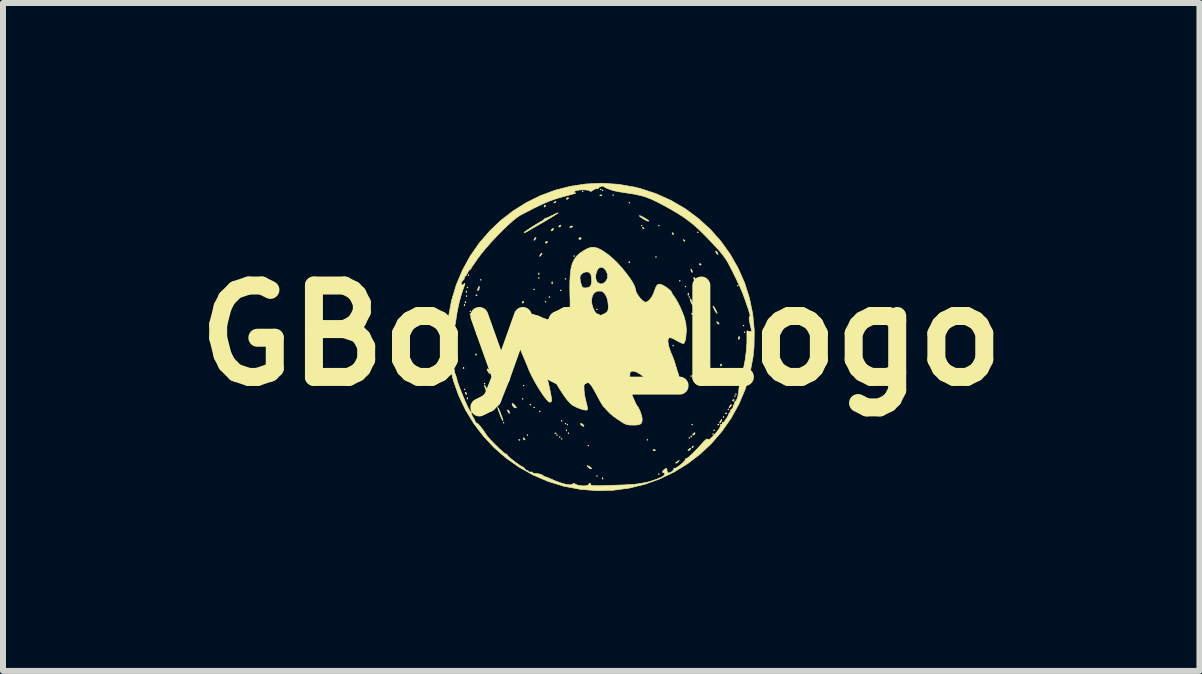
<source format=kicad_pcb>
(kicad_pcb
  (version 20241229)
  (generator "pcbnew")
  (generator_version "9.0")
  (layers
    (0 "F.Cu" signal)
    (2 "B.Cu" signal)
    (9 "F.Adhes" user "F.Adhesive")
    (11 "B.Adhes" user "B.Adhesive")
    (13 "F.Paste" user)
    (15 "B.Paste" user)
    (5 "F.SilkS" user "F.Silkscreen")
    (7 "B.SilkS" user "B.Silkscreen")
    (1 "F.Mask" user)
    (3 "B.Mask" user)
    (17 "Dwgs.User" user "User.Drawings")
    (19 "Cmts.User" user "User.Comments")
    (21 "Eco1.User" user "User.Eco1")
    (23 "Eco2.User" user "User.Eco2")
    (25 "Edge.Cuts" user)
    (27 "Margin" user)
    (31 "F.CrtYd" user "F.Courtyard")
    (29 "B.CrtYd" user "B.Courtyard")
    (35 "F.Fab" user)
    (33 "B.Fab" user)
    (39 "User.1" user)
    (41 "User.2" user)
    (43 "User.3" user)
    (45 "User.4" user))
  (footprint "GBoys_Logo"
    (layer "F.Cu")
    (at 6.974 2.545)
    (property "Reference" "GBoys_Logo" (at 0 0 0) (layer "F.SilkS") (effects (font (size 1.524 1.524) (thickness 0.3))))
    (attr through_hole)
    (fp_poly (pts (xy -2.27 0.897) (xy -2.278 0.905) (xy -2.286 0.897) (xy -2.278 0.889) (xy -2.27 0.897)) (stroke (width 0.01) (type solid)) (fill yes) (layer "F.SilkS"))
    (fp_poly (pts (xy -2.238 -0.659) (xy -2.246 -0.651) (xy -2.254 -0.659) (xy -2.246 -0.667) (xy -2.238 -0.659)) (stroke (width 0.01) (type solid)) (fill yes) (layer "F.SilkS"))
    (fp_poly (pts (xy -2.223 -0.802) (xy -2.23 -0.794) (xy -2.238 -0.802) (xy -2.23 -0.81) (xy -2.223 -0.802)) (stroke (width 0.01) (type solid)) (fill yes) (layer "F.SilkS"))
    (fp_poly (pts (xy -2.207 -1.008) (xy -2.215 -1) (xy -2.223 -1.008) (xy -2.215 -1.016) (xy -2.207 -1.008)) (stroke (width 0.01) (type solid)) (fill yes) (layer "F.SilkS"))
    (fp_poly (pts (xy -2.175 -0.405) (xy -2.183 -0.397) (xy -2.191 -0.405) (xy -2.183 -0.413) (xy -2.175 -0.405)) (stroke (width 0.01) (type solid)) (fill yes) (layer "F.SilkS"))
    (fp_poly (pts (xy -2.175 -0.357) (xy -2.183 -0.349) (xy -2.191 -0.357) (xy -2.183 -0.365) (xy -2.175 -0.357)) (stroke (width 0.01) (type solid)) (fill yes) (layer "F.SilkS"))
    (fp_poly (pts (xy -2.064 -0.024) (xy -2.072 -0.016) (xy -2.08 -0.024) (xy -2.072 -0.032) (xy -2.064 -0.024)) (stroke (width 0.01) (type solid)) (fill yes) (layer "F.SilkS"))
    (fp_poly (pts (xy -2.048 -0.167) (xy -2.056 -0.159) (xy -2.064 -0.167) (xy -2.056 -0.175) (xy -2.048 -0.167)) (stroke (width 0.01) (type solid)) (fill yes) (layer "F.SilkS"))
    (fp_poly (pts (xy -2.048 -0.103) (xy -2.056 -0.095) (xy -2.064 -0.103) (xy -2.056 -0.111) (xy -2.048 -0.103)) (stroke (width 0.01) (type solid)) (fill yes) (layer "F.SilkS"))
    (fp_poly (pts (xy -2 -0.929) (xy -2.008 -0.921) (xy -2.016 -0.929) (xy -2.008 -0.937) (xy -2 -0.929)) (stroke (width 0.01) (type solid)) (fill yes) (layer "F.SilkS"))
    (fp_poly (pts (xy -1.968 0.071) (xy -1.976 0.079) (xy -1.984 0.071) (xy -1.976 0.064) (xy -1.968 0.071)) (stroke (width 0.01) (type solid)) (fill yes) (layer "F.SilkS"))
    (fp_poly (pts (xy -1.937 0.802) (xy -1.945 0.81) (xy -1.953 0.802) (xy -1.945 0.794) (xy -1.937 0.802)) (stroke (width 0.01) (type solid)) (fill yes) (layer "F.SilkS"))
    (fp_poly (pts (xy -1.889 0.23) (xy -1.897 0.238) (xy -1.905 0.23) (xy -1.897 0.222) (xy -1.889 0.23)) (stroke (width 0.01) (type solid)) (fill yes) (layer "F.SilkS"))
    (fp_poly (pts (xy -1.857 1.024) (xy -1.865 1.032) (xy -1.873 1.024) (xy -1.865 1.016) (xy -1.857 1.024)) (stroke (width 0.01) (type solid)) (fill yes) (layer "F.SilkS"))
    (fp_poly (pts (xy -1.841 -0.087) (xy -1.849 -0.079) (xy -1.857 -0.087) (xy -1.849 -0.095) (xy -1.841 -0.087)) (stroke (width 0.01) (type solid)) (fill yes) (layer "F.SilkS"))
    (fp_poly (pts (xy -1.841 1.072) (xy -1.849 1.079) (xy -1.857 1.072) (xy -1.849 1.064) (xy -1.841 1.072)) (stroke (width 0.01) (type solid)) (fill yes) (layer "F.SilkS"))
    (fp_poly (pts (xy -1.826 1.119) (xy -1.834 1.127) (xy -1.841 1.119) (xy -1.834 1.111) (xy -1.826 1.119)) (stroke (width 0.01) (type solid)) (fill yes) (layer "F.SilkS"))
    (fp_poly (pts (xy -1.73 1.167) (xy -1.738 1.175) (xy -1.746 1.167) (xy -1.738 1.159) (xy -1.73 1.167)) (stroke (width 0.01) (type solid)) (fill yes) (layer "F.SilkS"))
    (fp_poly (pts (xy -1.619 1.453) (xy -1.627 1.46) (xy -1.635 1.453) (xy -1.627 1.445) (xy -1.619 1.453)) (stroke (width 0.01) (type solid)) (fill yes) (layer "F.SilkS"))
    (fp_poly (pts (xy -1.587 0.31) (xy -1.595 0.318) (xy -1.603 0.31) (xy -1.595 0.302) (xy -1.587 0.31)) (stroke (width 0.01) (type solid)) (fill yes) (layer "F.SilkS"))
    (fp_poly (pts (xy -1.302 1.056) (xy -1.31 1.064) (xy -1.318 1.056) (xy -1.31 1.048) (xy -1.302 1.056)) (stroke (width 0.01) (type solid)) (fill yes) (layer "F.SilkS"))
    (fp_poly (pts (xy -1.286 0.833) (xy -1.294 0.841) (xy -1.302 0.833) (xy -1.294 0.826) (xy -1.286 0.833)) (stroke (width 0.01) (type solid)) (fill yes) (layer "F.SilkS"))
    (fp_poly (pts (xy -1.222 1.659) (xy -1.23 1.667) (xy -1.238 1.659) (xy -1.23 1.651) (xy -1.222 1.659)) (stroke (width 0.01) (type solid)) (fill yes) (layer "F.SilkS"))
    (fp_poly (pts (xy -1.175 1.151) (xy -1.183 1.159) (xy -1.191 1.151) (xy -1.183 1.143) (xy -1.175 1.151)) (stroke (width 0.01) (type solid)) (fill yes) (layer "F.SilkS"))
    (fp_poly (pts (xy -1.111 -0.77) (xy -1.119 -0.762) (xy -1.127 -0.77) (xy -1.119 -0.778) (xy -1.111 -0.77)) (stroke (width 0.01) (type solid)) (fill yes) (layer "F.SilkS"))
    (fp_poly (pts (xy -1.111 1.199) (xy -1.119 1.206) (xy -1.127 1.199) (xy -1.119 1.191) (xy -1.111 1.199)) (stroke (width 0.01) (type solid)) (fill yes) (layer "F.SilkS"))
    (fp_poly (pts (xy -1.032 -0.96) (xy -1.04 -0.953) (xy -1.048 -0.96) (xy -1.04 -0.968) (xy -1.032 -0.96)) (stroke (width 0.01) (type solid)) (fill yes) (layer "F.SilkS"))
    (fp_poly (pts (xy -1.016 1.262) (xy -1.024 1.27) (xy -1.032 1.262) (xy -1.024 1.254) (xy -1.016 1.262)) (stroke (width 0.01) (type solid)) (fill yes) (layer "F.SilkS"))
    (fp_poly (pts (xy -0.921 -0.564) (xy -0.929 -0.556) (xy -0.937 -0.564) (xy -0.929 -0.572) (xy -0.921 -0.564)) (stroke (width 0.01) (type solid)) (fill yes) (layer "F.SilkS"))
    (fp_poly (pts (xy -0.857 -0.643) (xy -0.865 -0.635) (xy -0.873 -0.643) (xy -0.865 -0.651) (xy -0.857 -0.643)) (stroke (width 0.01) (type solid)) (fill yes) (layer "F.SilkS"))
    (fp_poly (pts (xy -0.73 1.659) (xy -0.738 1.667) (xy -0.746 1.659) (xy -0.738 1.651) (xy -0.73 1.659)) (stroke (width 0.01) (type solid)) (fill yes) (layer "F.SilkS"))
    (fp_poly (pts (xy -0.683 1.691) (xy -0.691 1.699) (xy -0.699 1.691) (xy -0.691 1.683) (xy -0.683 1.691)) (stroke (width 0.01) (type solid)) (fill yes) (layer "F.SilkS"))
    (fp_poly (pts (xy -0.667 -0.754) (xy -0.675 -0.746) (xy -0.683 -0.754) (xy -0.675 -0.762) (xy -0.667 -0.754)) (stroke (width 0.01) (type solid)) (fill yes) (layer "F.SilkS"))
    (fp_poly (pts (xy -0.651 1.421) (xy -0.659 1.429) (xy -0.667 1.421) (xy -0.659 1.413) (xy -0.651 1.421)) (stroke (width 0.01) (type solid)) (fill yes) (layer "F.SilkS"))
    (fp_poly (pts (xy -0.651 1.722) (xy -0.659 1.73) (xy -0.667 1.722) (xy -0.659 1.714) (xy -0.651 1.722)) (stroke (width 0.01) (type solid)) (fill yes) (layer "F.SilkS"))
    (fp_poly (pts (xy -0.587 -0.945) (xy -0.595 -0.937) (xy -0.603 -0.945) (xy -0.595 -0.953) (xy -0.587 -0.945)) (stroke (width 0.01) (type solid)) (fill yes) (layer "F.SilkS"))
    (fp_poly (pts (xy -0.587 1.468) (xy -0.595 1.476) (xy -0.603 1.468) (xy -0.595 1.46) (xy -0.587 1.468)) (stroke (width 0.01) (type solid)) (fill yes) (layer "F.SilkS"))
    (fp_poly (pts (xy -0.572 1.58) (xy -0.579 1.587) (xy -0.587 1.58) (xy -0.579 1.572) (xy -0.572 1.58)) (stroke (width 0.01) (type solid)) (fill yes) (layer "F.SilkS"))
    (fp_poly (pts (xy -0.556 1.484) (xy -0.564 1.492) (xy -0.572 1.484) (xy -0.564 1.476) (xy -0.556 1.484)) (stroke (width 0.01) (type solid)) (fill yes) (layer "F.SilkS"))
    (fp_poly (pts (xy -0.54 1.627) (xy -0.548 1.635) (xy -0.556 1.627) (xy -0.548 1.619) (xy -0.54 1.627)) (stroke (width 0.01) (type solid)) (fill yes) (layer "F.SilkS"))
    (fp_poly (pts (xy -0.445 -1.326) (xy -0.452 -1.318) (xy -0.46 -1.326) (xy -0.452 -1.333) (xy -0.445 -1.326)) (stroke (width 0.01) (type solid)) (fill yes) (layer "F.SilkS"))
    (fp_poly (pts (xy -0.302 -2.405) (xy -0.31 -2.397) (xy -0.318 -2.405) (xy -0.31 -2.413) (xy -0.302 -2.405)) (stroke (width 0.01) (type solid)) (fill yes) (layer "F.SilkS"))
    (fp_poly (pts (xy -0.206 1.834) (xy -0.214 1.841) (xy -0.222 1.834) (xy -0.214 1.826) (xy -0.206 1.834)) (stroke (width 0.01) (type solid)) (fill yes) (layer "F.SilkS"))
    (fp_poly (pts (xy -0.064 -0.437) (xy -0.071 -0.429) (xy -0.079 -0.437) (xy -0.071 -0.445) (xy -0.064 -0.437)) (stroke (width 0.01) (type solid)) (fill yes) (layer "F.SilkS"))
    (fp_poly (pts (xy -0.064 2.342) (xy -0.071 2.349) (xy -0.079 2.342) (xy -0.071 2.334) (xy -0.064 2.342)) (stroke (width 0.01) (type solid)) (fill yes) (layer "F.SilkS"))
    (fp_poly (pts (xy 0 -2.437) (xy -0.008 -2.429) (xy -0.016 -2.437) (xy -0.008 -2.445) (xy 0 -2.437)) (stroke (width 0.01) (type solid)) (fill yes) (layer "F.SilkS"))
    (fp_poly (pts (xy 0.032 -2.421) (xy 0.024 -2.413) (xy 0.016 -2.421) (xy 0.024 -2.429) (xy 0.032 -2.421)) (stroke (width 0.01) (type solid)) (fill yes) (layer "F.SilkS"))
    (fp_poly (pts (xy 0.206 -2.342) (xy 0.198 -2.334) (xy 0.191 -2.342) (xy 0.198 -2.349) (xy 0.206 -2.342)) (stroke (width 0.01) (type solid)) (fill yes) (layer "F.SilkS"))
    (fp_poly (pts (xy 0.476 -2.215) (xy 0.468 -2.207) (xy 0.46 -2.215) (xy 0.468 -2.223) (xy 0.476 -2.215)) (stroke (width 0.01) (type solid)) (fill yes) (layer "F.SilkS"))
    (fp_poly (pts (xy 0.556 0.849) (xy 0.548 0.857) (xy 0.54 0.849) (xy 0.548 0.841) (xy 0.556 0.849)) (stroke (width 0.01) (type solid)) (fill yes) (layer "F.SilkS"))
    (fp_poly (pts (xy 0.683 -1.834) (xy 0.675 -1.826) (xy 0.667 -1.834) (xy 0.675 -1.841) (xy 0.683 -1.834)) (stroke (width 0.01) (type solid)) (fill yes) (layer "F.SilkS"))
    (fp_poly (pts (xy 0.778 1.738) (xy 0.77 1.746) (xy 0.762 1.738) (xy 0.77 1.73) (xy 0.778 1.738)) (stroke (width 0.01) (type solid)) (fill yes) (layer "F.SilkS"))
    (fp_poly (pts (xy 0.921 -1.31) (xy 0.913 -1.302) (xy 0.905 -1.31) (xy 0.913 -1.318) (xy 0.921 -1.31)) (stroke (width 0.01) (type solid)) (fill yes) (layer "F.SilkS"))
    (fp_poly (pts (xy 0.968 -1.834) (xy 0.96 -1.826) (xy 0.953 -1.834) (xy 0.96 -1.841) (xy 0.968 -1.834)) (stroke (width 0.01) (type solid)) (fill yes) (layer "F.SilkS"))
    (fp_poly (pts (xy 0.968 2.31) (xy 0.96 2.318) (xy 0.953 2.31) (xy 0.96 2.302) (xy 0.968 2.31)) (stroke (width 0.01) (type solid)) (fill yes) (layer "F.SilkS"))
    (fp_poly (pts (xy 1.206 0.167) (xy 1.199 0.175) (xy 1.191 0.167) (xy 1.199 0.159) (xy 1.206 0.167)) (stroke (width 0.01) (type solid)) (fill yes) (layer "F.SilkS"))
    (fp_poly (pts (xy 1.318 -0.913) (xy 1.31 -0.905) (xy 1.302 -0.913) (xy 1.31 -0.921) (xy 1.318 -0.913)) (stroke (width 0.01) (type solid)) (fill yes) (layer "F.SilkS"))
    (fp_poly (pts (xy 1.413 -0.818) (xy 1.405 -0.81) (xy 1.397 -0.818) (xy 1.405 -0.826) (xy 1.413 -0.818)) (stroke (width 0.01) (type solid)) (fill yes) (layer "F.SilkS"))
    (fp_poly (pts (xy 1.476 -0.643) (xy 1.468 -0.635) (xy 1.46 -0.643) (xy 1.468 -0.651) (xy 1.476 -0.643)) (stroke (width 0.01) (type solid)) (fill yes) (layer "F.SilkS"))
    (fp_poly (pts (xy 1.476 1.707) (xy 1.468 1.714) (xy 1.46 1.707) (xy 1.468 1.699) (xy 1.476 1.707)) (stroke (width 0.01) (type solid)) (fill yes) (layer "F.SilkS"))
    (fp_poly (pts (xy 1.508 0.675) (xy 1.5 0.683) (xy 1.492 0.675) (xy 1.5 0.667) (xy 1.508 0.675)) (stroke (width 0.01) (type solid)) (fill yes) (layer "F.SilkS"))
    (fp_poly (pts (xy 1.524 1.484) (xy 1.516 1.492) (xy 1.508 1.484) (xy 1.516 1.476) (xy 1.524 1.484)) (stroke (width 0.01) (type solid)) (fill yes) (layer "F.SilkS"))
    (fp_poly (pts (xy 1.603 -0.849) (xy 1.595 -0.841) (xy 1.587 -0.849) (xy 1.595 -0.857) (xy 1.603 -0.849)) (stroke (width 0.01) (type solid)) (fill yes) (layer "F.SilkS"))
    (fp_poly (pts (xy 1.619 -1.722) (xy 1.611 -1.714) (xy 1.603 -1.722) (xy 1.611 -1.73) (xy 1.619 -1.722)) (stroke (width 0.01) (type solid)) (fill yes) (layer "F.SilkS"))
    (fp_poly (pts (xy 1.683 -0.468) (xy 1.675 -0.46) (xy 1.667 -0.468) (xy 1.675 -0.476) (xy 1.683 -0.468)) (stroke (width 0.01) (type solid)) (fill yes) (layer "F.SilkS"))
    (fp_poly (pts (xy 1.778 0.151) (xy 1.77 0.159) (xy 1.762 0.151) (xy 1.77 0.143) (xy 1.778 0.151)) (stroke (width 0.01) (type solid)) (fill yes) (layer "F.SilkS"))
    (fp_poly (pts (xy 1.794 0.103) (xy 1.786 0.111) (xy 1.778 0.103) (xy 1.786 0.095) (xy 1.794 0.103)) (stroke (width 0.01) (type solid)) (fill yes) (layer "F.SilkS"))
    (fp_poly (pts (xy 1.873 1.643) (xy 1.865 1.651) (xy 1.857 1.643) (xy 1.865 1.635) (xy 1.873 1.643)) (stroke (width 0.01) (type solid)) (fill yes) (layer "F.SilkS"))
    (fp_poly (pts (xy 1.889 1.58) (xy 1.881 1.587) (xy 1.873 1.58) (xy 1.881 1.572) (xy 1.889 1.58)) (stroke (width 0.01) (type solid)) (fill yes) (layer "F.SilkS"))
    (fp_poly (pts (xy 2.032 1.453) (xy 2.024 1.46) (xy 2.016 1.453) (xy 2.024 1.445) (xy 2.032 1.453)) (stroke (width 0.01) (type solid)) (fill yes) (layer "F.SilkS"))
    (fp_poly (pts (xy 2.048 1.357) (xy 2.04 1.365) (xy 2.032 1.357) (xy 2.04 1.349) (xy 2.048 1.357)) (stroke (width 0.01) (type solid)) (fill yes) (layer "F.SilkS"))
    (fp_poly (pts (xy 2.127 1.23) (xy 2.119 1.238) (xy 2.111 1.23) (xy 2.119 1.222) (xy 2.127 1.23)) (stroke (width 0.01) (type solid)) (fill yes) (layer "F.SilkS"))
    (fp_poly (pts (xy 2.238 1.008) (xy 2.23 1.016) (xy 2.223 1.008) (xy 2.23 1) (xy 2.238 1.008)) (stroke (width 0.01) (type solid)) (fill yes) (layer "F.SilkS"))
    (fp_poly (pts (xy 2.254 0.976) (xy 2.246 0.984) (xy 2.238 0.976) (xy 2.246 0.968) (xy 2.254 0.976)) (stroke (width 0.01) (type solid)) (fill yes) (layer "F.SilkS"))
    (fp_poly (pts (xy 2.286 -0.833) (xy 2.278 -0.826) (xy 2.27 -0.833) (xy 2.278 -0.841) (xy 2.286 -0.833)) (stroke (width 0.01) (type solid)) (fill yes) (layer "F.SilkS"))
    (fp_poly (pts (xy 2.286 0.706) (xy 2.278 0.714) (xy 2.27 0.706) (xy 2.278 0.699) (xy 2.286 0.706)) (stroke (width 0.01) (type solid)) (fill yes) (layer "F.SilkS"))
    (fp_poly (pts (xy 2.318 0.627) (xy 2.31 0.635) (xy 2.302 0.627) (xy 2.31 0.619) (xy 2.318 0.627)) (stroke (width 0.01) (type solid)) (fill yes) (layer "F.SilkS"))
    (fp_poly (pts (xy 2.381 -0.167) (xy 2.373 -0.159) (xy 2.365 -0.167) (xy 2.373 -0.175) (xy 2.381 -0.167)) (stroke (width 0.01) (type solid)) (fill yes) (layer "F.SilkS"))
    (fp_poly (pts (xy 2.397 -0.056) (xy 2.389 -0.048) (xy 2.381 -0.056) (xy 2.389 -0.064) (xy 2.397 -0.056)) (stroke (width 0.01) (type solid)) (fill yes) (layer "F.SilkS"))
    (fp_poly (pts (xy -2.291 0.529) (xy -2.289 0.548) (xy -2.291 0.55) (xy -2.301 0.548) (xy -2.302 0.54) (xy -2.296 0.527) (xy -2.291 0.529)) (stroke (width 0.01) (type solid)) (fill yes) (layer "F.SilkS"))
    (fp_poly (pts (xy -2.275 -0.519) (xy -2.274 -0.5) (xy -2.275 -0.497) (xy -2.285 -0.5) (xy -2.286 -0.508) (xy -2.28 -0.521) (xy -2.275 -0.519)) (stroke (width 0.01) (type solid)) (fill yes) (layer "F.SilkS"))
    (fp_poly (pts (xy -2.26 -0.566) (xy -2.258 -0.547) (xy -2.26 -0.545) (xy -2.269 -0.547) (xy -2.27 -0.556) (xy -2.264 -0.569) (xy -2.26 -0.566)) (stroke (width 0.01) (type solid)) (fill yes) (layer "F.SilkS"))
    (fp_poly (pts (xy -2.244 -0.741) (xy -2.242 -0.722) (xy -2.244 -0.72) (xy -2.253 -0.722) (xy -2.254 -0.73) (xy -2.248 -0.743) (xy -2.244 -0.741)) (stroke (width 0.01) (type solid)) (fill yes) (layer "F.SilkS"))
    (fp_poly (pts (xy -2.228 1.037) (xy -2.226 1.056) (xy -2.228 1.058) (xy -2.237 1.056) (xy -2.238 1.048) (xy -2.233 1.035) (xy -2.228 1.037)) (stroke (width 0.01) (type solid)) (fill yes) (layer "F.SilkS"))
    (fp_poly (pts (xy -2.085 0.307) (xy -2.083 0.326) (xy -2.085 0.328) (xy -2.094 0.326) (xy -2.095 0.318) (xy -2.09 0.304) (xy -2.085 0.307)) (stroke (width 0.01) (type solid)) (fill yes) (layer "F.SilkS"))
    (fp_poly (pts (xy -2.069 -0.677) (xy -2.071 -0.668) (xy -2.08 -0.667) (xy -2.093 -0.673) (xy -2.09 -0.677) (xy -2.071 -0.679) (xy -2.069 -0.677)) (stroke (width 0.01) (type solid)) (fill yes) (layer "F.SilkS"))
    (fp_poly (pts (xy -1.799 1.005) (xy -1.797 1.024) (xy -1.799 1.027) (xy -1.809 1.024) (xy -1.81 1.016) (xy -1.804 1.003) (xy -1.799 1.005)) (stroke (width 0.01) (type solid)) (fill yes) (layer "F.SilkS"))
    (fp_poly (pts (xy -1.355 1.736) (xy -1.357 1.745) (xy -1.365 1.746) (xy -1.378 1.74) (xy -1.376 1.736) (xy -1.357 1.734) (xy -1.355 1.736)) (stroke (width 0.01) (type solid)) (fill yes) (layer "F.SilkS"))
    (fp_poly (pts (xy -1.037 -1.042) (xy -1.035 -1.024) (xy -1.037 -1.021) (xy -1.047 -1.023) (xy -1.048 -1.032) (xy -1.042 -1.045) (xy -1.037 -1.042)) (stroke (width 0.01) (type solid)) (fill yes) (layer "F.SilkS"))
    (fp_poly (pts (xy -0.815 -0.892) (xy -0.813 -0.867) (xy -0.816 -0.862) (xy -0.823 -0.866) (xy -0.824 -0.882) (xy -0.82 -0.899) (xy -0.815 -0.892)) (stroke (width 0.01) (type solid)) (fill yes) (layer "F.SilkS"))
    (fp_poly (pts (xy -0.751 1.625) (xy -0.754 1.634) (xy -0.762 1.635) (xy -0.775 1.629) (xy -0.773 1.625) (xy -0.754 1.623) (xy -0.751 1.625)) (stroke (width 0.01) (type solid)) (fill yes) (layer "F.SilkS"))
    (fp_poly (pts (xy -0.672 -0.407) (xy -0.67 -0.389) (xy -0.672 -0.386) (xy -0.681 -0.388) (xy -0.683 -0.397) (xy -0.677 -0.41) (xy -0.672 -0.407)) (stroke (width 0.01) (type solid)) (fill yes) (layer "F.SilkS"))
    (fp_poly (pts (xy 0.012 -2.343) (xy 0.007 -2.336) (xy -0.009 -2.335) (xy -0.026 -2.339) (xy -0.019 -2.344) (xy 0.006 -2.346) (xy 0.012 -2.343)) (stroke (width 0.01) (type solid)) (fill yes) (layer "F.SilkS"))
    (fp_poly (pts (xy 0.026 2.371) (xy 0.028 2.39) (xy 0.026 2.392) (xy 0.017 2.39) (xy 0.016 2.381) (xy 0.022 2.368) (xy 0.026 2.371)) (stroke (width 0.01) (type solid)) (fill yes) (layer "F.SilkS"))
    (fp_poly (pts (xy 0.471 -1.233) (xy 0.473 -1.214) (xy 0.471 -1.212) (xy 0.462 -1.214) (xy 0.46 -1.222) (xy 0.466 -1.235) (xy 0.471 -1.233)) (stroke (width 0.01) (type solid)) (fill yes) (layer "F.SilkS"))
    (fp_poly (pts (xy 1.455 -0.701) (xy 1.457 -0.677) (xy 1.454 -0.671) (xy 1.447 -0.676) (xy 1.446 -0.692) (xy 1.45 -0.709) (xy 1.455 -0.701)) (stroke (width 0.01) (type solid)) (fill yes) (layer "F.SilkS"))
    (fp_poly (pts (xy 1.503 1.672) (xy 1.505 1.691) (xy 1.503 1.693) (xy 1.493 1.691) (xy 1.492 1.683) (xy 1.498 1.67) (xy 1.503 1.672)) (stroke (width 0.01) (type solid)) (fill yes) (layer "F.SilkS"))
    (fp_poly (pts (xy 1.519 -0.376) (xy 1.521 -0.357) (xy 1.519 -0.355) (xy 1.509 -0.357) (xy 1.508 -0.365) (xy 1.514 -0.378) (xy 1.519 -0.376)) (stroke (width 0.01) (type solid)) (fill yes) (layer "F.SilkS"))
    (fp_poly (pts (xy 1.804 -0.201) (xy 1.802 -0.192) (xy 1.794 -0.191) (xy 1.781 -0.196) (xy 1.783 -0.201) (xy 1.802 -0.203) (xy 1.804 -0.201)) (stroke (width 0.01) (type solid)) (fill yes) (layer "F.SilkS"))
    (fp_poly (pts (xy 1.963 1.482) (xy 1.961 1.491) (xy 1.953 1.492) (xy 1.94 1.486) (xy 1.942 1.482) (xy 1.961 1.48) (xy 1.963 1.482)) (stroke (width 0.01) (type solid)) (fill yes) (layer "F.SilkS"))
    (fp_poly (pts (xy 2.09 1.291) (xy 2.088 1.301) (xy 2.08 1.302) (xy 2.067 1.296) (xy 2.069 1.291) (xy 2.088 1.289) (xy 2.09 1.291)) (stroke (width 0.01) (type solid)) (fill yes) (layer "F.SilkS"))
    (fp_poly (pts (xy 2.265 0.783) (xy 2.267 0.802) (xy 2.265 0.804) (xy 2.255 0.802) (xy 2.254 0.794) (xy 2.26 0.781) (xy 2.265 0.783)) (stroke (width 0.01) (type solid)) (fill yes) (layer "F.SilkS"))
    (fp_poly (pts (xy 2.281 0.736) (xy 2.283 0.754) (xy 2.281 0.757) (xy 2.271 0.755) (xy 2.27 0.746) (xy 2.276 0.733) (xy 2.281 0.736)) (stroke (width 0.01) (type solid)) (fill yes) (layer "F.SilkS"))
    (fp_poly (pts (xy -2.255 0.948) (xy -2.249 0.96) (xy -2.245 0.982) (xy -2.255 0.978) (xy -2.263 0.967) (xy -2.268 0.947) (xy -2.266 0.943) (xy -2.255 0.948)) (stroke (width 0.01) (type solid)) (fill yes) (layer "F.SilkS"))
    (fp_poly (pts (xy -1.947 -0.029) (xy -1.961 0.008) (xy -1.982 0.056) (xy -1.983 0.013) (xy -1.978 -0.023) (xy -1.967 -0.04) (xy -1.948 -0.046) (xy -1.947 -0.029)) (stroke (width 0.01) (type solid)) (fill yes) (layer "F.SilkS"))
    (fp_poly (pts (xy -0.99 -1.358) (xy -1.007 -1.337) (xy -1.027 -1.319) (xy -1.027 -1.326) (xy -1.017 -1.347) (xy -1 -1.371) (xy -0.988 -1.374) (xy -0.99 -1.358)) (stroke (width 0.01) (type solid)) (fill yes) (layer "F.SilkS"))
    (fp_poly (pts (xy -0.797 -1.77) (xy -0.814 -1.751) (xy -0.828 -1.746) (xy -0.835 -1.755) (xy -0.825 -1.77) (xy -0.806 -1.787) (xy -0.798 -1.787) (xy -0.797 -1.77)) (stroke (width 0.01) (type solid)) (fill yes) (layer "F.SilkS"))
    (fp_poly (pts (xy -0.754 -2.235) (xy -0.758 -2.224) (xy -0.773 -2.216) (xy -0.792 -2.211) (xy -0.784 -2.222) (xy -0.782 -2.224) (xy -0.761 -2.237) (xy -0.754 -2.235)) (stroke (width 0.01) (type solid)) (fill yes) (layer "F.SilkS"))
    (fp_poly (pts (xy 0.696 -1.803) (xy 0.713 -1.789) (xy 0.714 -1.785) (xy 0.707 -1.778) (xy 0.691 -1.793) (xy 0.689 -1.796) (xy 0.687 -1.807) (xy 0.696 -1.803)) (stroke (width 0.01) (type solid)) (fill yes) (layer "F.SilkS"))
    (fp_poly (pts (xy 0.89 1.898) (xy 0.904 1.913) (xy 0.888 1.921) (xy 0.88 1.921) (xy 0.864 1.913) (xy 0.865 1.905) (xy 0.884 1.896) (xy 0.89 1.898)) (stroke (width 0.01) (type solid)) (fill yes) (layer "F.SilkS"))
    (fp_poly (pts (xy 1.379 -1.597) (xy 1.396 -1.581) (xy 1.392 -1.572) (xy 1.39 -1.572) (xy 1.377 -1.583) (xy 1.372 -1.59) (xy 1.37 -1.601) (xy 1.379 -1.597)) (stroke (width 0.01) (type solid)) (fill yes) (layer "F.SilkS"))
    (fp_poly (pts (xy 1.51 -1.09) (xy 1.521 -1.064) (xy 1.519 -1.054) (xy 1.509 -1.059) (xy 1.502 -1.072) (xy 1.493 -1.102) (xy 1.497 -1.108) (xy 1.51 -1.09)) (stroke (width 0.01) (type solid)) (fill yes) (layer "F.SilkS"))
    (fp_poly (pts (xy 1.565 1.623) (xy 1.561 1.638) (xy 1.548 1.651) (xy 1.528 1.661) (xy 1.524 1.654) (xy 1.534 1.633) (xy 1.554 1.621) (xy 1.565 1.623)) (stroke (width 0.01) (type solid)) (fill yes) (layer "F.SilkS"))
    (fp_poly (pts (xy 1.922 -1.402) (xy 1.936 -1.382) (xy 1.948 -1.355) (xy 1.941 -1.353) (xy 1.921 -1.374) (xy 1.908 -1.397) (xy 1.909 -1.407) (xy 1.922 -1.402)) (stroke (width 0.01) (type solid)) (fill yes) (layer "F.SilkS"))
    (fp_poly (pts (xy 2.169 1.167) (xy 2.152 1.187) (xy 2.133 1.205) (xy 2.132 1.199) (xy 2.143 1.177) (xy 2.16 1.153) (xy 2.171 1.15) (xy 2.169 1.167)) (stroke (width 0.01) (type solid)) (fill yes) (layer "F.SilkS"))
    (fp_poly (pts (xy -1.541 1.251) (xy -1.529 1.276) (xy -1.53 1.297) (xy -1.53 1.297) (xy -1.542 1.291) (xy -1.555 1.271) (xy -1.563 1.246) (xy -1.558 1.238) (xy -1.541 1.251)) (stroke (width 0.01) (type solid)) (fill yes) (layer "F.SilkS"))
    (fp_poly (pts (xy -1.291 -0.562) (xy -1.294 -0.556) (xy -1.308 -0.54) (xy -1.311 -0.54) (xy -1.317 -0.552) (xy -1.318 -0.556) (xy -1.305 -0.571) (xy -1.301 -0.572) (xy -1.291 -0.562)) (stroke (width 0.01) (type solid)) (fill yes) (layer "F.SilkS"))
    (fp_poly (pts (xy -1.283 1.711) (xy -1.271 1.731) (xy -1.272 1.738) (xy -1.289 1.738) (xy -1.291 1.736) (xy -1.302 1.711) (xy -1.302 1.709) (xy -1.294 1.703) (xy -1.283 1.711)) (stroke (width 0.01) (type solid)) (fill yes) (layer "F.SilkS"))
    (fp_poly (pts (xy -1.086 -1.626) (xy -1.095 -1.611) (xy -1.114 -1.592) (xy -1.121 -1.587) (xy -1.121 -1.6) (xy -1.117 -1.611) (xy -1.1 -1.632) (xy -1.092 -1.635) (xy -1.086 -1.626)) (stroke (width 0.01) (type solid)) (fill yes) (layer "F.SilkS"))
    (fp_poly (pts (xy -0.926 -2.165) (xy -0.929 -2.159) (xy -0.943 -2.144) (xy -0.946 -2.143) (xy -0.952 -2.155) (xy -0.953 -2.159) (xy -0.94 -2.174) (xy -0.936 -2.175) (xy -0.926 -2.165)) (stroke (width 0.01) (type solid)) (fill yes) (layer "F.SilkS"))
    (fp_poly (pts (xy -0.894 -1.562) (xy -0.897 -1.556) (xy -0.918 -1.54) (xy -0.923 -1.54) (xy -0.931 -1.55) (xy -0.929 -1.556) (xy -0.908 -1.571) (xy -0.903 -1.572) (xy -0.894 -1.562)) (stroke (width 0.01) (type solid)) (fill yes) (layer "F.SilkS"))
    (fp_poly (pts (xy -0.672 -1.832) (xy -0.675 -1.826) (xy -0.696 -1.81) (xy -0.7 -1.81) (xy -0.709 -1.82) (xy -0.706 -1.826) (xy -0.685 -1.841) (xy -0.681 -1.841) (xy -0.672 -1.832)) (stroke (width 0.01) (type solid)) (fill yes) (layer "F.SilkS"))
    (fp_poly (pts (xy -0.545 -2.292) (xy -0.548 -2.286) (xy -0.569 -2.271) (xy -0.573 -2.27) (xy -0.582 -2.28) (xy -0.579 -2.286) (xy -0.558 -2.301) (xy -0.554 -2.302) (xy -0.545 -2.292)) (stroke (width 0.01) (type solid)) (fill yes) (layer "F.SilkS"))
    (fp_poly (pts (xy -0.479 -1.822) (xy -0.476 -1.819) (xy -0.489 -1.809) (xy -0.5 -1.804) (xy -0.521 -1.804) (xy -0.524 -1.81) (xy -0.511 -1.824) (xy -0.5 -1.826) (xy -0.479 -1.822)) (stroke (width 0.01) (type solid)) (fill yes) (layer "F.SilkS"))
    (fp_poly (pts (xy -0.334 -1.623) (xy -0.333 -1.619) (xy -0.346 -1.605) (xy -0.358 -1.603) (xy -0.375 -1.611) (xy -0.373 -1.619) (xy -0.353 -1.635) (xy -0.348 -1.635) (xy -0.334 -1.623)) (stroke (width 0.01) (type solid)) (fill yes) (layer "F.SilkS"))
    (fp_poly (pts (xy -0.326 1.467) (xy -0.306 1.481) (xy -0.287 1.507) (xy -0.293 1.515) (xy -0.32 1.502) (xy -0.324 1.499) (xy -0.344 1.478) (xy -0.344 1.466) (xy -0.326 1.467)) (stroke (width 0.01) (type solid)) (fill yes) (layer "F.SilkS"))
    (fp_poly (pts (xy 1.206 -1.703) (xy 1.206 -1.699) (xy 1.201 -1.683) (xy 1.199 -1.683) (xy 1.186 -1.694) (xy 1.183 -1.699) (xy 1.184 -1.713) (xy 1.19 -1.714) (xy 1.206 -1.703)) (stroke (width 0.01) (type solid)) (fill yes) (layer "F.SilkS"))
    (fp_poly (pts (xy 1.492 1.885) (xy 1.48 1.905) (xy 1.468 1.911) (xy 1.448 1.916) (xy 1.445 1.914) (xy 1.455 1.901) (xy 1.468 1.889) (xy 1.488 1.879) (xy 1.492 1.885)) (stroke (width 0.01) (type solid)) (fill yes) (layer "F.SilkS"))
    (fp_poly (pts (xy 1.535 1.852) (xy 1.532 1.857) (xy 1.517 1.873) (xy 1.514 1.873) (xy 1.513 1.863) (xy 1.516 1.857) (xy 1.531 1.842) (xy 1.534 1.841) (xy 1.535 1.852)) (stroke (width 0.01) (type solid)) (fill yes) (layer "F.SilkS"))
    (fp_poly (pts (xy 1.651 -1.199) (xy 1.666 -1.184) (xy 1.667 -1.182) (xy 1.655 -1.175) (xy 1.651 -1.175) (xy 1.636 -1.187) (xy 1.635 -1.192) (xy 1.645 -1.201) (xy 1.651 -1.199)) (stroke (width 0.01) (type solid)) (fill yes) (layer "F.SilkS"))
    (fp_poly (pts (xy 1.94 -0.226) (xy 1.944 -0.223) (xy 1.966 -0.2) (xy 1.961 -0.191) (xy 1.954 -0.191) (xy 1.937 -0.203) (xy 1.93 -0.217) (xy 1.926 -0.234) (xy 1.94 -0.226)) (stroke (width 0.01) (type solid)) (fill yes) (layer "F.SilkS"))
    (fp_poly (pts (xy 2.009 1.409) (xy 2 1.429) (xy 1.984 1.454) (xy 1.975 1.46) (xy 1.975 1.449) (xy 1.984 1.429) (xy 2.001 1.404) (xy 2.009 1.397) (xy 2.009 1.409)) (stroke (width 0.01) (type solid)) (fill yes) (layer "F.SilkS"))
    (fp_poly (pts (xy 2.011 0.486) (xy 2.008 0.492) (xy 1.994 0.507) (xy 1.991 0.508) (xy 1.985 0.496) (xy 1.984 0.492) (xy 1.997 0.477) (xy 2.001 0.476) (xy 2.011 0.486)) (stroke (width 0.01) (type solid)) (fill yes) (layer "F.SilkS"))
    (fp_poly (pts (xy 2.217 1.073) (xy 2.215 1.079) (xy 2.2 1.095) (xy 2.198 1.095) (xy 2.191 1.083) (xy 2.191 1.079) (xy 2.203 1.064) (xy 2.208 1.064) (xy 2.217 1.073)) (stroke (width 0.01) (type solid)) (fill yes) (layer "F.SilkS"))
    (fp_poly (pts (xy 2.31 0.028) (xy 2.308 0.04) (xy 2.296 0.061) (xy 2.292 0.064) (xy 2.287 0.051) (xy 2.286 0.04) (xy 2.294 0.019) (xy 2.301 0.016) (xy 2.31 0.028)) (stroke (width 0.01) (type solid)) (fill yes) (layer "F.SilkS"))
    (fp_poly (pts (xy -2.034 -0.815) (xy -2.033 -0.799) (xy -2.039 -0.767) (xy -2.048 -0.754) (xy -2.062 -0.753) (xy -2.063 -0.757) (xy -2.056 -0.781) (xy -2.048 -0.802) (xy -2.037 -0.823) (xy -2.034 -0.815)) (stroke (width 0.01) (type solid)) (fill yes) (layer "F.SilkS"))
    (fp_poly (pts (xy -1.876 0.568) (xy -1.86 0.595) (xy -1.851 0.627) (xy -1.859 0.634) (xy -1.878 0.614) (xy -1.885 0.603) (xy -1.903 0.571) (xy -1.901 0.557) (xy -1.892 0.556) (xy -1.876 0.568)) (stroke (width 0.01) (type solid)) (fill yes) (layer "F.SilkS"))
    (fp_poly (pts (xy -0.206 2.18) (xy -0.198 2.184) (xy -0.17 2.204) (xy -0.159 2.216) (xy -0.169 2.223) (xy -0.193 2.214) (xy -0.213 2.198) (xy -0.235 2.172) (xy -0.232 2.166) (xy -0.206 2.18)) (stroke (width 0.01) (type solid)) (fill yes) (layer "F.SilkS"))
    (fp_poly (pts (xy 1.298 2.086) (xy 1.288 2.099) (xy 1.264 2.122) (xy 1.25 2.127) (xy 1.238 2.124) (xy 1.24 2.123) (xy 1.256 2.111) (xy 1.278 2.095) (xy 1.3 2.08) (xy 1.298 2.086)) (stroke (width 0.01) (type solid)) (fill yes) (layer "F.SilkS"))
    (fp_poly (pts (xy 1.565 -0.955) (xy 1.576 -0.925) (xy 1.583 -0.894) (xy 1.581 -0.877) (xy 1.572 -0.887) (xy 1.558 -0.913) (xy 1.543 -0.949) (xy 1.542 -0.965) (xy 1.554 -0.968) (xy 1.565 -0.955)) (stroke (width 0.01) (type solid)) (fill yes) (layer "F.SilkS"))
    (fp_poly (pts (xy -1.458 1.145) (xy -1.445 1.159) (xy -1.42 1.189) (xy -1.415 1.203) (xy -1.429 1.206) (xy -1.433 1.206) (xy -1.456 1.194) (xy -1.474 1.173) (xy -1.488 1.142) (xy -1.481 1.131) (xy -1.458 1.145)) (stroke (width 0.01) (type solid)) (fill yes) (layer "F.SilkS"))
    (fp_poly (pts (xy 1.493 -0.607) (xy 1.509 -0.577) (xy 1.515 -0.563) (xy 1.532 -0.518) (xy 1.534 -0.499) (xy 1.524 -0.506) (xy 1.504 -0.543) (xy 1.501 -0.548) (xy 1.486 -0.586) (xy 1.481 -0.611) (xy 1.482 -0.614) (xy 1.493 -0.607)) (stroke (width 0.01) (type solid)) (fill yes) (layer "F.SilkS"))
    (fp_poly (pts (xy 1.877 -0.48) (xy 1.897 -0.45) (xy 1.916 -0.415) (xy 1.93 -0.384) (xy 1.932 -0.371) (xy 1.92 -0.378) (xy 1.901 -0.407) (xy 1.89 -0.427) (xy 1.872 -0.465) (xy 1.863 -0.489) (xy 1.864 -0.492) (xy 1.877 -0.48)) (stroke (width 0.01) (type solid)) (fill yes) (layer "F.SilkS"))
    (fp_poly (pts (xy -1.936 0.838) (xy -1.92 0.867) (xy -1.902 0.908) (xy -1.885 0.951) (xy -1.881 0.964) (xy -1.875 0.995) (xy -1.879 0.998) (xy -1.892 0.977) (xy -1.912 0.935) (xy -1.919 0.918) (xy -1.936 0.872) (xy -1.946 0.84) (xy -1.946 0.83) (xy -1.936 0.838)) (stroke (width 0.01) (type solid)) (fill yes) (layer "F.SilkS"))
    (fp_poly (pts (xy 0.663 -1.993) (xy 0.698 -1.975) (xy 0.738 -1.952) (xy 0.772 -1.93) (xy 0.792 -1.915) (xy 0.794 -1.912) (xy 0.784 -1.906) (xy 0.753 -1.917) (xy 0.716 -1.937) (xy 0.671 -1.965) (xy 0.643 -1.986) (xy 0.637 -1.999) (xy 0.642 -2) (xy 0.663 -1.993)) (stroke (width 0.01) (type solid)) (fill yes) (layer "F.SilkS"))
    (fp_poly (pts (xy -1.718 1.207) (xy -1.701 1.241) (xy -1.68 1.291) (xy -1.676 1.303) (xy -1.655 1.357) (xy -1.642 1.399) (xy -1.638 1.42) (xy -1.638 1.421) (xy -1.646 1.411) (xy -1.663 1.377) (xy -1.684 1.327) (xy -1.688 1.315) (xy -1.708 1.261) (xy -1.722 1.219) (xy -1.726 1.198) (xy -1.726 1.197) (xy -1.718 1.207)) (stroke (width 0.01) (type solid)) (fill yes) (layer "F.SilkS"))
    (fp_poly (pts (xy -0.726 -2.04) (xy -0.755 -2.02) (xy -0.8 -1.991) (xy -0.856 -1.957) (xy -0.918 -1.92) (xy -0.979 -1.884) (xy -1.021 -1.86) (xy -1.084 -1.824) (xy -1.154 -1.784) (xy -1.187 -1.764) (xy -1.239 -1.734) (xy -1.269 -1.719) (xy -1.283 -1.716) (xy -1.286 -1.72) (xy -1.273 -1.731) (xy -1.24 -1.754) (xy -1.194 -1.785) (xy -1.139 -1.82) (xy -1.085 -1.854) (xy -1.036 -1.883) (xy -1.001 -1.904) (xy -0.991 -1.908) (xy -0.963 -1.926) (xy -0.953 -1.939) (xy -0.942 -1.95) (xy -0.941 -1.949) (xy -0.922 -1.955) (xy -0.883 -1.971) (xy -0.832 -1.996) (xy -0.83 -1.997) (xy -0.779 -2.022) (xy -0.74 -2.041) (xy -0.72 -2.048) (xy -0.72 -2.048) (xy -0.726 -2.04)) (stroke (width 0.01) (type solid)) (fill yes) (layer "F.SilkS"))
    (fp_poly (pts (xy -0.063 -1.459) (xy 0.009 -1.423) (xy 0.095 -1.365) (xy 0.129 -1.339) (xy 0.199 -1.28) (xy 0.272 -1.208) (xy 0.345 -1.128) (xy 0.413 -1.044) (xy 0.474 -0.963) (xy 0.523 -0.887) (xy 0.557 -0.823) (xy 0.571 -0.775) (xy 0.572 -0.769) (xy 0.582 -0.727) (xy 0.609 -0.677) (xy 0.647 -0.627) (xy 0.688 -0.585) (xy 0.725 -0.56) (xy 0.741 -0.556) (xy 0.777 -0.569) (xy 0.816 -0.606) (xy 0.852 -0.659) (xy 0.881 -0.723) (xy 0.881 -0.725) (xy 0.904 -0.79) (xy 0.923 -0.829) (xy 0.942 -0.85) (xy 0.967 -0.857) (xy 0.98 -0.857) (xy 1.011 -0.848) (xy 1.054 -0.825) (xy 1.101 -0.794) (xy 1.141 -0.761) (xy 1.168 -0.733) (xy 1.174 -0.72) (xy 1.184 -0.696) (xy 1.208 -0.662) (xy 1.215 -0.653) (xy 1.239 -0.618) (xy 1.271 -0.563) (xy 1.306 -0.496) (xy 1.327 -0.451) (xy 1.38 -0.321) (xy 1.411 -0.203) (xy 1.42 -0.087) (xy 1.41 0.037) (xy 1.406 0.058) (xy 1.394 0.101) (xy 1.379 0.129) (xy 1.373 0.133) (xy 1.35 0.129) (xy 1.309 0.111) (xy 1.258 0.084) (xy 1.251 0.08) (xy 1.189 0.046) (xy 1.147 0.033) (xy 1.123 0.043) (xy 1.113 0.074) (xy 1.113 0.101) (xy 1.119 0.151) (xy 1.135 0.21) (xy 1.162 0.284) (xy 1.199 0.373) (xy 1.215 0.415) (xy 1.233 0.472) (xy 1.246 0.516) (xy 1.262 0.57) (xy 1.276 0.614) (xy 1.284 0.635) (xy 1.3 0.69) (xy 1.301 0.749) (xy 1.289 0.804) (xy 1.266 0.848) (xy 1.235 0.871) (xy 1.222 0.873) (xy 1.196 0.879) (xy 1.191 0.888) (xy 1.179 0.892) (xy 1.149 0.882) (xy 1.144 0.879) (xy 1.094 0.861) (xy 1.049 0.853) (xy 1.015 0.847) (xy 1 0.839) (xy 1 0.839) (xy 0.986 0.828) (xy 0.953 0.818) (xy 0.95 0.817) (xy 0.897 0.799) (xy 0.832 0.769) (xy 0.769 0.732) (xy 0.722 0.699) (xy 0.653 0.645) (xy 0.59 0.609) (xy 0.538 0.593) (xy 0.516 0.594) (xy 0.496 0.6) (xy 0.484 0.611) (xy 0.478 0.634) (xy 0.477 0.674) (xy 0.478 0.74) (xy 0.478 0.742) (xy 0.481 0.813) (xy 0.487 0.879) (xy 0.494 0.927) (xy 0.496 0.936) (xy 0.51 0.979) (xy 0.531 1.032) (xy 0.555 1.087) (xy 0.577 1.135) (xy 0.595 1.167) (xy 0.601 1.175) (xy 0.62 1.201) (xy 0.643 1.248) (xy 0.663 1.304) (xy 0.678 1.357) (xy 0.683 1.394) (xy 0.679 1.44) (xy 0.663 1.469) (xy 0.63 1.485) (xy 0.574 1.492) (xy 0.532 1.492) (xy 0.469 1.491) (xy 0.423 1.483) (xy 0.383 1.466) (xy 0.341 1.44) (xy 0.26 1.386) (xy 0.2 1.343) (xy 0.155 1.306) (xy 0.119 1.271) (xy 0.104 1.255) (xy 0.07 1.217) (xy 0.042 1.187) (xy 0.035 1.18) (xy 0.019 1.157) (xy -0.008 1.114) (xy -0.039 1.056) (xy -0.059 1.02) (xy -0.093 0.955) (xy -0.127 0.896) (xy -0.153 0.851) (xy -0.162 0.837) (xy -0.2 0.795) (xy -0.237 0.771) (xy -0.267 0.771) (xy -0.274 0.775) (xy -0.284 0.804) (xy -0.288 0.856) (xy -0.285 0.923) (xy -0.276 0.998) (xy -0.261 1.073) (xy -0.251 1.108) (xy -0.234 1.178) (xy -0.228 1.223) (xy -0.233 1.239) (xy -0.256 1.243) (xy -0.3 1.236) (xy -0.355 1.219) (xy -0.414 1.195) (xy -0.467 1.168) (xy -0.484 1.157) (xy -0.52 1.126) (xy -0.564 1.076) (xy -0.608 1.019) (xy -0.616 1.008) (xy -0.662 0.939) (xy -0.694 0.889) (xy -0.717 0.853) (xy -0.733 0.824) (xy -0.747 0.795) (xy -0.756 0.773) (xy -0.801 0.676) (xy -0.839 0.605) (xy -0.87 0.562) (xy -0.893 0.547) (xy -0.908 0.561) (xy -0.913 0.605) (xy -0.913 0.608) (xy -0.911 0.649) (xy -0.903 0.675) (xy -0.901 0.677) (xy -0.895 0.695) (xy -0.896 0.697) (xy -0.897 0.72) (xy -0.89 0.758) (xy -0.888 0.764) (xy -0.876 0.81) (xy -0.862 0.872) (xy -0.848 0.94) (xy -0.836 1.005) (xy -0.828 1.056) (xy -0.826 1.083) (xy -0.838 1.107) (xy -0.857 1.111) (xy -0.881 1.098) (xy -0.916 1.061) (xy -0.96 1.004) (xy -1.008 0.933) (xy -1.059 0.853) (xy -1.108 0.768) (xy -1.154 0.682) (xy -1.194 0.601) (xy -1.222 0.532) (xy -1.235 0.498) (xy -1.259 0.442) (xy -1.289 0.369) (xy -1.324 0.287) (xy -1.335 0.262) (xy -1.349 0.227) (xy -1.358 0.204) (xy -1.364 0.177) (xy -1.37 0.143) (xy -1.388 0.023) (xy -1.404 -0.123) (xy -1.415 -0.287) (xy -1.416 -0.318) (xy -1.416 -0.338) (xy -1.415 -0.37) (xy -1.411 -0.395) (xy -1.398 -0.407) (xy -1.37 -0.408) (xy -1.321 -0.397) (xy -1.294 -0.39) (xy -1.263 -0.382) (xy -1.212 -0.37) (xy -1.152 -0.356) (xy -1.151 -0.356) (xy -1.094 -0.341) (xy -1.049 -0.328) (xy -1.025 -0.318) (xy -1.024 -0.317) (xy -0.99 -0.3) (xy -0.935 -0.279) (xy -0.869 -0.258) (xy -0.802 -0.24) (xy -0.743 -0.228) (xy -0.712 -0.224) (xy -0.643 -0.232) (xy -0.59 -0.263) (xy -0.552 -0.318) (xy -0.529 -0.399) (xy -0.519 -0.506) (xy -0.519 -0.579) (xy -0.161 -0.579) (xy -0.155 -0.523) (xy -0.138 -0.464) (xy -0.114 -0.412) (xy -0.088 -0.374) (xy -0.062 -0.359) (xy -0.06 -0.359) (xy -0.036 -0.354) (xy -0.032 -0.346) (xy -0.02 -0.338) (xy 0.01 -0.344) (xy 0.05 -0.362) (xy 0.079 -0.38) (xy 0.102 -0.401) (xy 0.114 -0.426) (xy 0.118 -0.467) (xy 0.118 -0.502) (xy 0.109 -0.582) (xy 0.087 -0.652) (xy 0.055 -0.706) (xy 0.016 -0.737) (xy 0.008 -0.74) (xy -0.058 -0.743) (xy -0.109 -0.719) (xy -0.145 -0.671) (xy -0.161 -0.6) (xy -0.161 -0.579) (xy -0.519 -0.579) (xy -0.519 -0.587) (xy -0.524 -0.76) (xy -0.523 -0.905) (xy -0.519 -0.97) (xy -0.355 -0.97) (xy -0.35 -0.919) (xy -0.336 -0.861) (xy -0.321 -0.819) (xy -0.304 -0.799) (xy -0.276 -0.794) (xy -0.262 -0.794) (xy -0.218 -0.801) (xy -0.184 -0.818) (xy -0.184 -0.819) (xy -0.167 -0.853) (xy -0.159 -0.906) (xy -0.161 -0.951) (xy -0.092 -0.951) (xy -0.073 -0.9) (xy -0.064 -0.889) (xy -0.019 -0.861) (xy 0.027 -0.865) (xy 0.072 -0.899) (xy 0.105 -0.955) (xy 0.107 -1.018) (xy 0.08 -1.083) (xy 0.077 -1.088) (xy 0.036 -1.13) (xy -0.005 -1.141) (xy -0.043 -1.123) (xy -0.069 -1.086) (xy -0.091 -1.016) (xy -0.092 -0.951) (xy -0.161 -0.951) (xy -0.161 -0.965) (xy -0.173 -1.02) (xy -0.174 -1.023) (xy -0.201 -1.054) (xy -0.243 -1.064) (xy -0.292 -1.051) (xy -0.32 -1.033) (xy -0.346 -1.006) (xy -0.355 -0.97) (xy -0.519 -0.97) (xy -0.516 -1.025) (xy -0.503 -1.124) (xy -0.481 -1.205) (xy -0.449 -1.271) (xy -0.407 -1.327) (xy -0.354 -1.375) (xy -0.288 -1.419) (xy -0.245 -1.443) (xy -0.186 -1.467) (xy -0.127 -1.473) (xy -0.063 -1.459)) (stroke (width 0.01) (type solid)) (fill yes) (layer "F.SilkS"))
    (fp_poly (pts (xy 0.286 -2.522) (xy 0.559 -2.475) (xy 0.651 -2.452) (xy 0.918 -2.364) (xy 1.17 -2.25) (xy 1.405 -2.112) (xy 1.622 -1.951) (xy 1.82 -1.77) (xy 1.997 -1.57) (xy 2.152 -1.353) (xy 2.283 -1.122) (xy 2.391 -0.878) (xy 2.472 -0.622) (xy 2.526 -0.358) (xy 2.552 -0.086) (xy 2.548 0.191) (xy 2.532 0.352) (xy 2.48 0.629) (xy 2.401 0.893) (xy 2.295 1.143) (xy 2.165 1.378) (xy 2.013 1.596) (xy 1.84 1.796) (xy 1.648 1.977) (xy 1.439 2.137) (xy 1.214 2.275) (xy 0.976 2.39) (xy 0.727 2.479) (xy 0.467 2.543) (xy 0.199 2.579) (xy -0.076 2.586) (xy -0.351 2.563) (xy -0.627 2.511) (xy -0.889 2.43) (xy -1.138 2.323) (xy -1.372 2.192) (xy -1.589 2.039) (xy -1.788 1.865) (xy -1.968 1.672) (xy -2.127 1.462) (xy -2.264 1.236) (xy -2.377 0.998) (xy -2.466 0.747) (xy -2.521 0.516) (xy -2.477 0.516) (xy -2.471 0.546) (xy -2.462 0.556) (xy -2.45 0.569) (xy -2.448 0.583) (xy -2.443 0.617) (xy -2.428 0.659) (xy -2.412 0.703) (xy -2.404 0.738) (xy -2.397 0.768) (xy -2.379 0.82) (xy -2.353 0.888) (xy -2.323 0.964) (xy -2.291 1.043) (xy -2.259 1.117) (xy -2.23 1.18) (xy -2.224 1.194) (xy -2.199 1.239) (xy -2.178 1.267) (xy -2.166 1.273) (xy -2.161 1.273) (xy -2.165 1.282) (xy -2.165 1.307) (xy -2.148 1.342) (xy -2.146 1.346) (xy -2.121 1.388) (xy -2.104 1.425) (xy -2.089 1.453) (xy -2.074 1.46) (xy -2.054 1.473) (xy -2.023 1.507) (xy -1.984 1.555) (xy -1.943 1.613) (xy -1.915 1.656) (xy -1.891 1.688) (xy -1.852 1.731) (xy -1.804 1.782) (xy -1.751 1.835) (xy -1.699 1.886) (xy -1.651 1.929) (xy -1.613 1.961) (xy -1.59 1.976) (xy -1.586 1.976) (xy -1.573 1.979) (xy -1.571 1.987) (xy -1.558 2.004) (xy -1.527 2.034) (xy -1.482 2.071) (xy -1.432 2.11) (xy -1.382 2.146) (xy -1.34 2.175) (xy -1.313 2.19) (xy -1.308 2.191) (xy -1.289 2.203) (xy -1.273 2.223) (xy -1.253 2.245) (xy -1.239 2.247) (xy -1.223 2.251) (xy -1.217 2.261) (xy -1.196 2.276) (xy -1.176 2.275) (xy -1.15 2.275) (xy -1.143 2.284) (xy -1.13 2.297) (xy -1.115 2.298) (xy -1.079 2.299) (xy -1.035 2.307) (xy -0.995 2.318) (xy -0.971 2.33) (xy -0.968 2.335) (xy -0.956 2.349) (xy -0.95 2.349) (xy -0.924 2.356) (xy -0.884 2.371) (xy -0.866 2.379) (xy -0.757 2.426) (xy -0.661 2.461) (xy -0.581 2.482) (xy -0.521 2.489) (xy -0.483 2.482) (xy -0.475 2.474) (xy -0.457 2.463) (xy -0.442 2.472) (xy -0.406 2.49) (xy -0.356 2.501) (xy -0.302 2.506) (xy -0.253 2.504) (xy -0.22 2.494) (xy -0.212 2.485) (xy -0.196 2.463) (xy -0.18 2.466) (xy -0.175 2.484) (xy -0.171 2.493) (xy -0.158 2.499) (xy -0.13 2.502) (xy -0.085 2.503) (xy -0.017 2.503) (xy 0.077 2.5) (xy 0.115 2.499) (xy 0.259 2.494) (xy 0.375 2.49) (xy 0.466 2.485) (xy 0.536 2.481) (xy 0.59 2.475) (xy 0.623 2.471) (xy 0.668 2.463) (xy 0.722 2.454) (xy 0.734 2.452) (xy 0.789 2.439) (xy 0.858 2.418) (xy 0.93 2.392) (xy 0.992 2.366) (xy 1.032 2.346) (xy 1.057 2.321) (xy 1.062 2.298) (xy 1.044 2.286) (xy 1.038 2.286) (xy 1.02 2.278) (xy 1.026 2.258) (xy 1.053 2.231) (xy 1.061 2.226) (xy 1.086 2.212) (xy 1.094 2.221) (xy 1.095 2.243) (xy 1.102 2.276) (xy 1.115 2.29) (xy 1.141 2.287) (xy 1.173 2.271) (xy 1.2 2.247) (xy 1.213 2.226) (xy 1.212 2.219) (xy 1.211 2.209) (xy 1.221 2.213) (xy 1.241 2.21) (xy 1.276 2.189) (xy 1.318 2.158) (xy 1.358 2.123) (xy 1.39 2.09) (xy 1.406 2.065) (xy 1.407 2.059) (xy 1.407 2.049) (xy 1.409 2.053) (xy 1.424 2.051) (xy 1.457 2.027) (xy 1.504 1.985) (xy 1.563 1.927) (xy 1.63 1.856) (xy 1.679 1.801) (xy 1.723 1.754) (xy 1.752 1.729) (xy 1.77 1.723) (xy 1.778 1.73) (xy 1.79 1.737) (xy 1.81 1.728) (xy 1.843 1.698) (xy 1.874 1.666) (xy 1.934 1.598) (xy 1.973 1.543) (xy 1.991 1.504) (xy 1.988 1.484) (xy 1.988 1.479) (xy 1.996 1.483) (xy 2.012 1.476) (xy 2.039 1.449) (xy 2.069 1.41) (xy 2.098 1.368) (xy 2.119 1.329) (xy 2.127 1.303) (xy 2.139 1.287) (xy 2.144 1.286) (xy 2.153 1.276) (xy 2.15 1.269) (xy 2.154 1.248) (xy 2.174 1.227) (xy 2.197 1.202) (xy 2.2 1.181) (xy 2.201 1.162) (xy 2.207 1.159) (xy 2.22 1.146) (xy 2.223 1.127) (xy 2.229 1.101) (xy 2.237 1.095) (xy 2.253 1.081) (xy 2.269 1.043) (xy 2.283 0.99) (xy 2.292 0.93) (xy 2.295 0.897) (xy 2.301 0.84) (xy 2.315 0.769) (xy 2.332 0.706) (xy 2.369 0.565) (xy 2.399 0.411) (xy 2.419 0.256) (xy 2.429 0.114) (xy 2.429 0.084) (xy 2.429 -0.08) (xy 2.471 -0.069) (xy 2.5 -0.065) (xy 2.507 -0.077) (xy 2.503 -0.097) (xy 2.481 -0.193) (xy 2.468 -0.261) (xy 2.467 -0.301) (xy 2.473 -0.314) (xy 2.482 -0.331) (xy 2.474 -0.37) (xy 2.462 -0.41) (xy 2.454 -0.436) (xy 2.454 -0.437) (xy 2.444 -0.465) (xy 2.44 -0.476) (xy 2.431 -0.502) (xy 2.415 -0.549) (xy 2.395 -0.608) (xy 2.388 -0.627) (xy 2.358 -0.708) (xy 2.315 -0.808) (xy 2.258 -0.93) (xy 2.187 -1.074) (xy 2.119 -1.206) (xy 2.082 -1.268) (xy 2.032 -1.338) (xy 1.978 -1.405) (xy 1.966 -1.419) (xy 1.844 -1.551) (xy 1.737 -1.662) (xy 1.642 -1.756) (xy 1.553 -1.837) (xy 1.465 -1.908) (xy 1.375 -1.974) (xy 1.276 -2.037) (xy 1.165 -2.103) (xy 1.037 -2.174) (xy 0.968 -2.21) (xy 0.835 -2.275) (xy 0.711 -2.321) (xy 0.58 -2.353) (xy 0.492 -2.368) (xy 0.388 -2.383) (xy 0.308 -2.396) (xy 0.248 -2.407) (xy 0.201 -2.418) (xy 0.16 -2.431) (xy 0.135 -2.439) (xy 0.089 -2.458) (xy 0.058 -2.474) (xy 0.05 -2.48) (xy 0.031 -2.492) (xy -0.001 -2.49) (xy -0.029 -2.478) (xy -0.038 -2.467) (xy -0.057 -2.449) (xy -0.071 -2.45) (xy -0.097 -2.447) (xy -0.133 -2.428) (xy -0.137 -2.425) (xy -0.17 -2.404) (xy -0.186 -2.408) (xy -0.187 -2.41) (xy -0.205 -2.421) (xy -0.246 -2.428) (xy -0.299 -2.43) (xy -0.355 -2.428) (xy -0.405 -2.421) (xy -0.438 -2.41) (xy -0.445 -2.405) (xy -0.454 -2.387) (xy -0.439 -2.38) (xy -0.427 -2.38) (xy -0.424 -2.376) (xy -0.448 -2.366) (xy -0.494 -2.353) (xy -0.532 -2.343) (xy -0.637 -2.316) (xy -0.731 -2.288) (xy -0.821 -2.258) (xy -0.911 -2.223) (xy -1.007 -2.18) (xy -1.115 -2.128) (xy -1.241 -2.063) (xy -1.349 -2.007) (xy -1.406 -1.969) (xy -1.478 -1.911) (xy -1.562 -1.836) (xy -1.653 -1.748) (xy -1.746 -1.653) (xy -1.839 -1.553) (xy -1.926 -1.454) (xy -2.003 -1.36) (xy -2.067 -1.275) (xy -2.101 -1.224) (xy -2.13 -1.181) (xy -2.155 -1.149) (xy -2.165 -1.139) (xy -2.172 -1.129) (xy -2.167 -1.127) (xy -2.167 -1.12) (xy -2.187 -1.102) (xy -2.214 -1.076) (xy -2.223 -1.055) (xy -2.232 -1.034) (xy -2.239 -1.032) (xy -2.249 -1.022) (xy -2.247 -1.018) (xy -2.252 -1.001) (xy -2.264 -0.994) (xy -2.282 -0.975) (xy -2.281 -0.963) (xy -2.287 -0.939) (xy -2.303 -0.923) (xy -2.328 -0.895) (xy -2.334 -0.873) (xy -2.326 -0.845) (xy -2.306 -0.846) (xy -2.289 -0.86) (xy -2.276 -0.872) (xy -2.272 -0.869) (xy -2.276 -0.848) (xy -2.291 -0.806) (xy -2.31 -0.752) (xy -2.341 -0.655) (xy -2.371 -0.54) (xy -2.398 -0.417) (xy -2.417 -0.302) (xy -2.422 -0.262) (xy -2.431 -0.207) (xy -2.441 -0.164) (xy -2.45 -0.145) (xy -2.456 -0.122) (xy -2.46 -0.073) (xy -2.463 -0.005) (xy -2.464 0.077) (xy -2.463 0.166) (xy -2.461 0.256) (xy -2.456 0.341) (xy -2.453 0.387) (xy -2.451 0.439) (xy -2.455 0.47) (xy -2.461 0.476) (xy -2.473 0.49) (xy -2.477 0.516) (xy -2.521 0.516) (xy -2.528 0.487) (xy -2.563 0.219) (xy -2.569 -0.055) (xy -2.548 -0.305) (xy -2.496 -0.581) (xy -2.417 -0.844) (xy -2.312 -1.093) (xy -2.184 -1.326) (xy -2.033 -1.543) (xy -1.862 -1.741) (xy -1.673 -1.921) (xy -1.467 -2.08) (xy -1.246 -2.218) (xy -1.013 -2.333) (xy -0.768 -2.424) (xy -0.514 -2.489) (xy -0.252 -2.528) (xy 0.015 -2.54) (xy 0.286 -2.522)) (stroke (width 0.01) (type solid)) (fill yes) (layer "F.SilkS")))
  (gr_rect
    (start -3 -3)
    (end 16.948 8.136)
    (stroke (width 0.1) (type default))
    (fill no)
    (layer "Edge.Cuts")))
</source>
